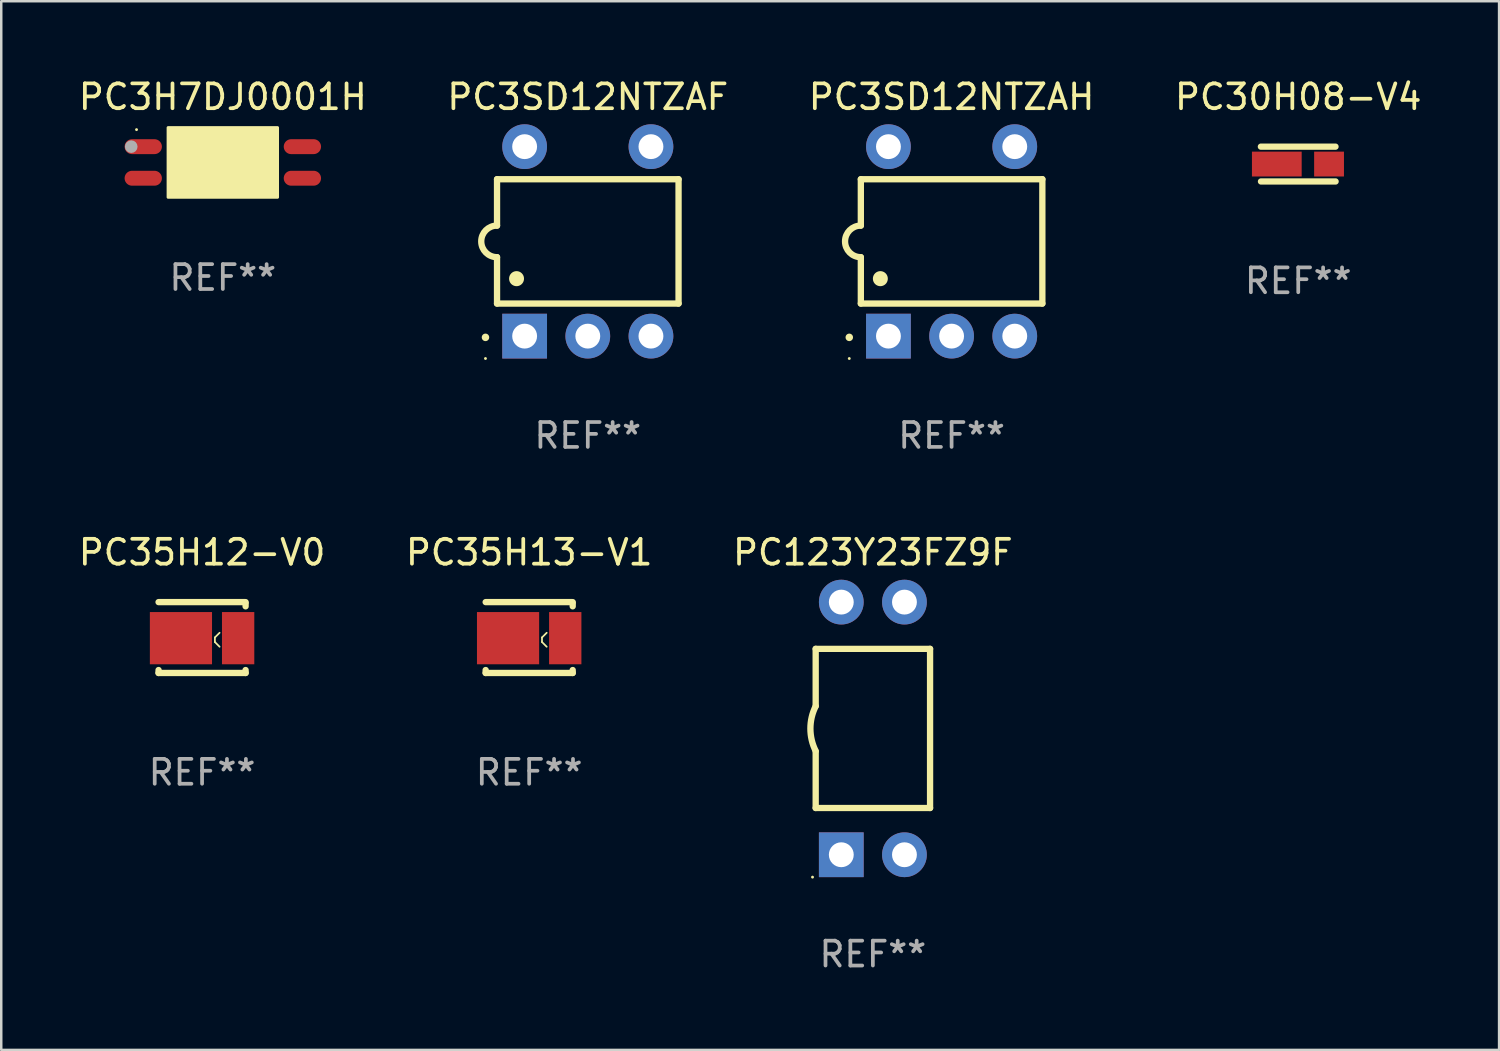
<source format=kicad_pcb>
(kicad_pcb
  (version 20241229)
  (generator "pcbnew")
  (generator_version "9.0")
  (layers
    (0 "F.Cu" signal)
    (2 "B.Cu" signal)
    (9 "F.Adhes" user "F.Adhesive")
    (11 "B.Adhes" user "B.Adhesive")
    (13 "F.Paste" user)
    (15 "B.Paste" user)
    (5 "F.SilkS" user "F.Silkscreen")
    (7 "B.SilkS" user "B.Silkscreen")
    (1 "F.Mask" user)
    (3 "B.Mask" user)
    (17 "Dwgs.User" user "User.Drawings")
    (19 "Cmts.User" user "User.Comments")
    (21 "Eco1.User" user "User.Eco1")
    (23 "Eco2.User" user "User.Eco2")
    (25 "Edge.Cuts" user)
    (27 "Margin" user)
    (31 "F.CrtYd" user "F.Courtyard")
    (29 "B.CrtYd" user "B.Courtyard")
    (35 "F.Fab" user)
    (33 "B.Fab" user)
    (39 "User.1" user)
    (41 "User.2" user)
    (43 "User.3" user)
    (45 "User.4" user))
  (footprint "PC30H08-V4"
    (layer "F.Cu")
    (at 49.161 3.548)
    (property "Reference" "PC30H08-V4" (at 0 -2.7 0) (layer "F.SilkS") (effects (font (size 1 1) (thickness 0.15))))
    (attr through_hole)
    (fp_line (start -1.502 -0.7) (end 1.498 -0.7) (stroke (width 0.254) (type solid)) (layer "F.SilkS"))
    (fp_line (start 1.502 0.7) (end -1.498 0.7) (stroke (width 0.254) (type solid)) (layer "F.SilkS"))
    (fp_circle (center -1.512 0.7) (end -1.482 0.7) (stroke (width 0.06) (type solid)) (fill no) (layer "F.SilkS"))
    (fp_text user "REF**" (at 0 4.7 0) (layer "F.Fab") (effects (font (size 1 1) (thickness 0.15))))
    (pad "1" smd rect (at -0.862 0.000013) (size 2 1) (layers "F.Cu" "F.Mask" "F.Paste"))
    (pad "2" smd rect (at 1.239 0.000013) (size 1.2 1) (layers "F.Cu" "F.Mask" "F.Paste")))
  (footprint "PC3H7DJ0001H"
    (layer "F.Cu")
    (at 5.911 3.483)
    (property "Reference" "PC3H7DJ0001H" (at 0 -2.635 0) (layer "F.SilkS") (effects (font (size 1 1) (thickness 0.15))))
    (attr through_hole)
    (fp_arc (start -0.850241 -0.924663) (mid -0.847701 -0.924679) (end -0.845161 -0.924663) (stroke (width 0.4) (type solid)) (layer "F.SilkS"))
    (fp_circle (center -3.47 -1.32) (end -3.44 -1.32) (stroke (width 0.06) (type solid)) (fill no) (layer "F.SilkS"))
    (fp_poly (pts (xy -2.2 -1.4) (xy 2.2 -1.4) (xy 2.2 1.4) (xy -2.2 1.4)) (stroke (width 0.12) (type solid)) (fill yes) (layer "F.SilkS"))
    (fp_circle (center -3.683 -0.635) (end -3.556 -0.635) (stroke (width 0.254) (type solid)) (fill no) (layer "F.Fab"))
    (fp_text user "REF**" (at 0 4.635 0) (layer "F.Fab") (effects (font (size 1 1) (thickness 0.15))))
    (pad "1" smd oval (at -3.2 -0.635 90) (size 0.6 1.5) (layers "F.Cu" "F.Mask" "F.Paste"))
    (pad "2" smd oval (at -3.2 0.635 90) (size 0.6 1.5) (layers "F.Cu" "F.Mask" "F.Paste"))
    (pad "3" smd oval (at 3.2 0.635 90) (size 0.6 1.5) (layers "F.Cu" "F.Mask" "F.Paste"))
    (pad "4" smd oval (at 3.2 -0.635 90) (size 0.6 1.5) (layers "F.Cu" "F.Mask" "F.Paste")))
  (footprint "PC3SD12NTZAF"
    (layer "F.Cu")
    (at 20.589 6.658)
    (property "Reference" "PC3SD12NTZAF" (at 0 -5.81 0) (layer "F.SilkS") (effects (font (size 1 1) (thickness 0.15))))
    (attr through_hole)
    (fp_line (start -3.65 -2.5) (end 3.65 -2.5) (stroke (width 0.254) (type solid)) (layer "F.SilkS"))
    (fp_line (start -3.65 -0.635) (end -3.65 -2.5) (stroke (width 0.254) (type solid)) (layer "F.SilkS"))
    (fp_line (start -3.65 0.635) (end -3.65 2.5) (stroke (width 0.254) (type solid)) (layer "F.SilkS"))
    (fp_line (start -3.65 2.5) (end 3.65 2.5) (stroke (width 0.254) (type solid)) (layer "F.SilkS"))
    (fp_line (start 3.65 -2.5) (end 3.65 2.5) (stroke (width 0.254) (type solid)) (layer "F.SilkS"))
    (fp_arc (start -4.114808 3.860808) (mid -4.114813 3.859538) (end -4.114808 3.858268) (stroke (width 0.3) (type solid)) (layer "F.SilkS"))
    (fp_arc (start -3.650013 0.635001) (mid -4.285014 0) (end -3.650013 -0.635001) (stroke (width 0.254001) (type solid)) (layer "F.SilkS"))
    (fp_arc (start -2.865405 1.501143) (mid -2.865416 1.498603) (end -2.865405 1.496063) (stroke (width 0.6) (type solid)) (layer "F.SilkS"))
    (fp_circle (center -4.115 4.71) (end -4.085 4.71) (stroke (width 0.06) (type solid)) (fill no) (layer "F.SilkS"))
    (fp_text user "REF**" (at 0 7.81 0) (layer "F.Fab") (effects (font (size 1 1) (thickness 0.15))))
    (pad "1" thru_hole rect (at -2.54 3.81 90) (size 1.8 1.8) (drill 1) (layers "*.Cu" "*.Mask"))
    (pad "2" thru_hole circle (at 0 3.81) (size 1.8 1.8) (drill 1) (layers "*.Cu" "*.Mask"))
    (pad "3" thru_hole circle (at 2.54 3.81) (size 1.8 1.8) (drill 1) (layers "*.Cu" "*.Mask"))
    (pad "4" thru_hole circle (at 2.54 -3.81) (size 1.8 1.8) (drill 1) (layers "*.Cu" "*.Mask"))
    (pad "6" thru_hole circle (at -2.54 -3.81) (size 1.8 1.8) (drill 1) (layers "*.Cu" "*.Mask")))
  (footprint "PC123Y23FZ9F"
    (layer "F.Cu")
    (at 32.054 26.245)
    (property "Reference" "PC123Y23FZ9F" (at 0 -7.08 0) (layer "F.SilkS") (effects (font (size 1 1) (thickness 0.15))))
    (attr through_hole)
    (fp_line (start -2.3 -3.2) (end 2.3 -3.2) (stroke (width 0.254) (type solid)) (layer "F.SilkS"))
    (fp_line (start -2.3 -0.902) (end -2.3 -3.2) (stroke (width 0.254) (type solid)) (layer "F.SilkS"))
    (fp_line (start -2.3 3.2) (end -2.3 0.928) (stroke (width 0.254) (type solid)) (layer "F.SilkS"))
    (fp_line (start -2.3 3.2) (end 2.3 3.2) (stroke (width 0.254) (type solid)) (layer "F.SilkS"))
    (fp_line (start 2.3 3.2) (end 2.3 -3.2) (stroke (width 0.254) (type solid)) (layer "F.SilkS"))
    (fp_arc (start -2.3 0.907036) (mid -2.512563 0.006604) (end -2.3 -0.893828) (stroke (width 0.254001) (type solid)) (layer "F.SilkS"))
    (fp_circle (center -2.427 5.98) (end -2.397 5.98) (stroke (width 0.06) (type solid)) (fill no) (layer "F.SilkS"))
    (fp_text user "REF**" (at 0 9.08 0) (layer "F.Fab") (effects (font (size 1 1) (thickness 0.15))))
    (pad "1" thru_hole rect (at -1.27 5.08 90) (size 1.8 1.8) (drill 1) (layers "*.Cu" "*.Mask"))
    (pad "2" thru_hole circle (at 1.27 5.08) (size 1.8 1.8) (drill 1) (layers "*.Cu" "*.Mask"))
    (pad "3" thru_hole circle (at 1.27 -5.08) (size 1.8 1.8) (drill 1) (layers "*.Cu" "*.Mask"))
    (pad "4" thru_hole circle (at -1.27 -5.08) (size 1.8 1.8) (drill 1) (layers "*.Cu" "*.Mask")))
  (footprint "PC35H13-V1"
    (layer "F.Cu")
    (at 18.232 22.59)
    (property "Reference" "PC35H13-V1" (at 0 -3.425 0) (layer "F.SilkS") (effects (font (size 1 1) (thickness 0.15))))
    (attr through_hole)
    (fp_line (start -1.75 -1.425) (end 1.75 -1.425) (stroke (width 0.254) (type solid)) (layer "F.SilkS"))
    (fp_line (start -1.75 1.307) (end -1.75 1.425) (stroke (width 0.254) (type solid)) (layer "F.SilkS"))
    (fp_line (start 0.515 -0.003) (end 0.704 -0.192) (stroke (width 0.07) (type solid)) (layer "F.SilkS"))
    (fp_line (start 0.515 0.181) (end 0.515 -0.003) (stroke (width 0.07) (type solid)) (layer "F.SilkS"))
    (fp_line (start 0.704 0.37) (end 0.515 0.181) (stroke (width 0.07) (type solid)) (layer "F.SilkS"))
    (fp_line (start 1.75 -1.375) (end 1.75 -1.256) (stroke (width 0.254) (type solid)) (layer "F.SilkS"))
    (fp_line (start 1.75 1.307) (end 1.75 1.425) (stroke (width 0.254) (type solid)) (layer "F.SilkS"))
    (fp_line (start 1.75 1.425) (end -1.75 1.425) (stroke (width 0.254) (type solid)) (layer "F.SilkS"))
    (fp_circle (center -1.775 1.425) (end -1.745 1.425) (stroke (width 0.06) (type solid)) (fill no) (layer "F.SilkS"))
    (fp_text user "REF**" (at 0 5.425 0) (layer "F.Fab") (effects (font (size 1 1) (thickness 0.15))))
    (pad "1" smd rect (at -0.85 0.025) (size 2.5 2.1) (layers "F.Cu" "F.Mask" "F.Paste"))
    (pad "2" smd rect (at 1.45 0.025 180) (size 1.3 2.1) (layers "F.Cu" "F.Mask" "F.Paste")))
  (footprint "PC3SD12NTZAH"
    (layer "F.Cu")
    (at 35.22 6.658)
    (property "Reference" "PC3SD12NTZAH" (at 0 -5.81 0) (layer "F.SilkS") (effects (font (size 1 1) (thickness 0.15))))
    (attr through_hole)
    (fp_line (start -3.65 -2.5) (end 3.65 -2.5) (stroke (width 0.254) (type solid)) (layer "F.SilkS"))
    (fp_line (start -3.65 -0.635) (end -3.65 -2.5) (stroke (width 0.254) (type solid)) (layer "F.SilkS"))
    (fp_line (start -3.65 0.635) (end -3.65 2.5) (stroke (width 0.254) (type solid)) (layer "F.SilkS"))
    (fp_line (start -3.65 2.5) (end 3.65 2.5) (stroke (width 0.254) (type solid)) (layer "F.SilkS"))
    (fp_line (start 3.65 -2.5) (end 3.65 2.5) (stroke (width 0.254) (type solid)) (layer "F.SilkS"))
    (fp_arc (start -4.114808 3.860808) (mid -4.114813 3.859538) (end -4.114808 3.858268) (stroke (width 0.3) (type solid)) (layer "F.SilkS"))
    (fp_arc (start -3.650013 0.635001) (mid -4.285014 0) (end -3.650013 -0.635001) (stroke (width 0.254001) (type solid)) (layer "F.SilkS"))
    (fp_arc (start -2.865405 1.501143) (mid -2.865416 1.498603) (end -2.865405 1.496063) (stroke (width 0.6) (type solid)) (layer "F.SilkS"))
    (fp_circle (center -4.115 4.71) (end -4.085 4.71) (stroke (width 0.06) (type solid)) (fill no) (layer "F.SilkS"))
    (fp_text user "REF**" (at 0 7.81 0) (layer "F.Fab") (effects (font (size 1 1) (thickness 0.15))))
    (pad "1" thru_hole rect (at -2.54 3.81 90) (size 1.8 1.8) (drill 1) (layers "*.Cu" "*.Mask"))
    (pad "2" thru_hole circle (at 0 3.81) (size 1.8 1.8) (drill 1) (layers "*.Cu" "*.Mask"))
    (pad "3" thru_hole circle (at 2.54 3.81) (size 1.8 1.8) (drill 1) (layers "*.Cu" "*.Mask"))
    (pad "4" thru_hole circle (at 2.54 -3.81) (size 1.8 1.8) (drill 1) (layers "*.Cu" "*.Mask"))
    (pad "6" thru_hole circle (at -2.54 -3.81) (size 1.8 1.8) (drill 1) (layers "*.Cu" "*.Mask")))
  (footprint "PC35H12-V0"
    (layer "F.Cu")
    (at 5.077 22.59)
    (property "Reference" "PC35H12-V0" (at 0 -3.425 0) (layer "F.SilkS") (effects (font (size 1 1) (thickness 0.15))))
    (attr through_hole)
    (fp_line (start -1.75 -1.425) (end 1.75 -1.425) (stroke (width 0.254) (type solid)) (layer "F.SilkS"))
    (fp_line (start -1.75 1.307) (end -1.75 1.425) (stroke (width 0.254) (type solid)) (layer "F.SilkS"))
    (fp_line (start 0.515 -0.003) (end 0.704 -0.192) (stroke (width 0.07) (type solid)) (layer "F.SilkS"))
    (fp_line (start 0.515 0.181) (end 0.515 -0.003) (stroke (width 0.07) (type solid)) (layer "F.SilkS"))
    (fp_line (start 0.704 0.37) (end 0.515 0.181) (stroke (width 0.07) (type solid)) (layer "F.SilkS"))
    (fp_line (start 1.75 -1.375) (end 1.75 -1.256) (stroke (width 0.254) (type solid)) (layer "F.SilkS"))
    (fp_line (start 1.75 1.307) (end 1.75 1.425) (stroke (width 0.254) (type solid)) (layer "F.SilkS"))
    (fp_line (start 1.75 1.425) (end -1.75 1.425) (stroke (width 0.254) (type solid)) (layer "F.SilkS"))
    (fp_circle (center -1.775 1.425) (end -1.745 1.425) (stroke (width 0.06) (type solid)) (fill no) (layer "F.SilkS"))
    (fp_text user "REF**" (at 0 5.425 0) (layer "F.Fab") (effects (font (size 1 1) (thickness 0.15))))
    (pad "1" smd rect (at -0.85 0.025) (size 2.5 2.1) (layers "F.Cu" "F.Mask" "F.Paste"))
    (pad "2" smd rect (at 1.45 0.025 180) (size 1.3 2.1) (layers "F.Cu" "F.Mask" "F.Paste")))
  (gr_rect
    (start -3 -3)
    (end 57.238 39.173)
    (stroke (width 0.1) (type default))
    (fill no)
    (layer "Edge.Cuts")))
</source>
